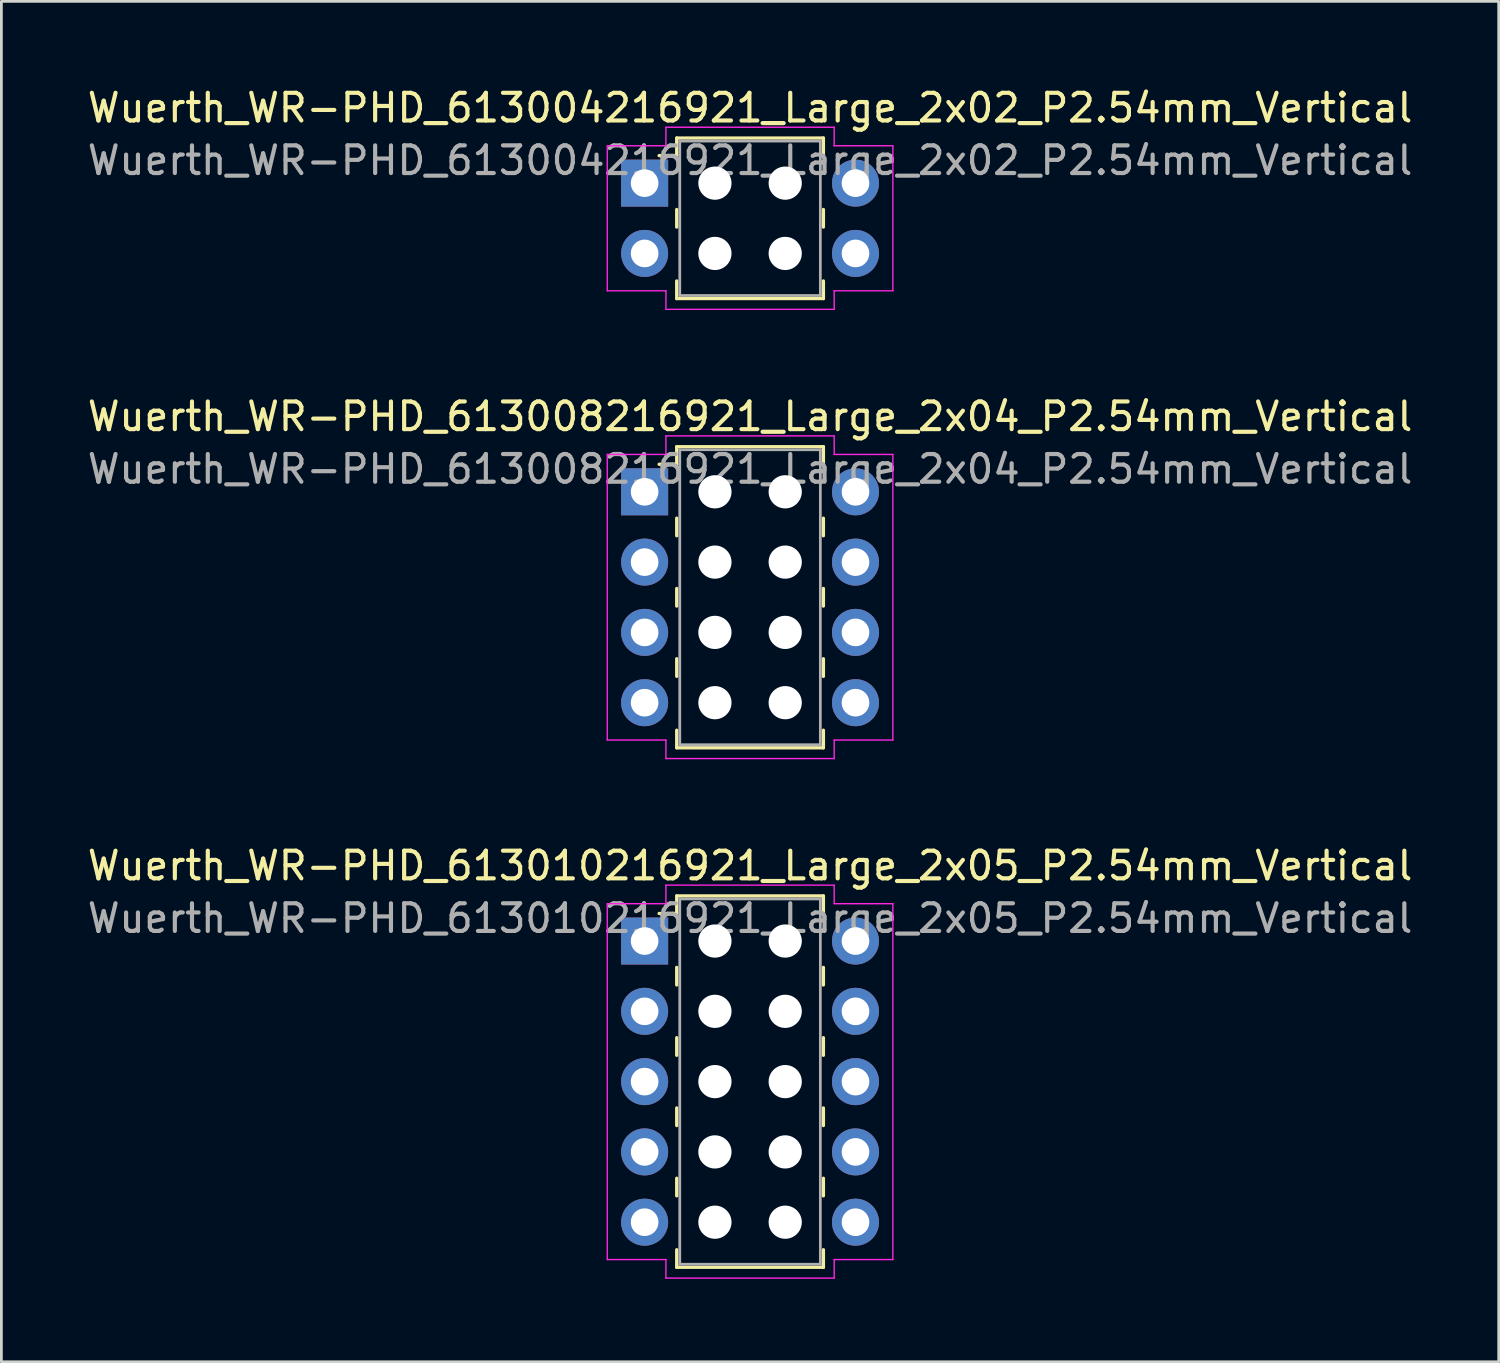
<source format=kicad_pcb>
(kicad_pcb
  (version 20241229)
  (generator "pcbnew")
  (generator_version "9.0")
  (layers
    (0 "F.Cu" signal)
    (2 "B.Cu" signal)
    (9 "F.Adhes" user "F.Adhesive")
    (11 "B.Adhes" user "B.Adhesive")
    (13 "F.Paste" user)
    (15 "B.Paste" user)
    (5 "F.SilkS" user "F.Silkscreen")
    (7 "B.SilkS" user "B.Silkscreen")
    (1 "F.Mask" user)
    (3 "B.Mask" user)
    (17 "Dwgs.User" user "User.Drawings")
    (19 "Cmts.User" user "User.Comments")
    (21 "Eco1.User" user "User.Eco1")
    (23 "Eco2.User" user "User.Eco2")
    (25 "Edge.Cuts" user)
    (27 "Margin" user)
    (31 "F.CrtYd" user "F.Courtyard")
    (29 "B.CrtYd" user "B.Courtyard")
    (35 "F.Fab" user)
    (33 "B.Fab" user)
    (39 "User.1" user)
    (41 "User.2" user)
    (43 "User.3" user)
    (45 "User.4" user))
  (footprint "Wuerth_WR-PHD_613010216921_Large_2x05_P2.54mm_Vertical"
    (layer "F.Cu")
    (at 20.244 30.955)
    (property "Reference" "Wuerth_WR-PHD_613010216921_Large_2x05_P2.54mm_Vertical" (at 3.81 -2.72 0) (layer "F.SilkS") (effects (font (size 1 1) (thickness 0.15))))
    (attr through_hole)
    (fp_line (start 1.16 -1.63) (end 1.16 -0.995) (stroke (width 0.12) (type solid)) (layer "F.SilkS"))
    (fp_line (start 1.16 -1.63) (end 6.46 -1.63) (stroke (width 0.12) (type solid)) (layer "F.SilkS"))
    (fp_line (start 1.16 -0.995) (end 0.525 -0.995) (stroke (width 0.12) (type solid)) (layer "F.SilkS"))
    (fp_line (start 1.16 0.953) (end 1.16 1.587) (stroke (width 0.12) (type solid)) (layer "F.SilkS"))
    (fp_line (start 1.16 3.493) (end 1.16 4.128) (stroke (width 0.12) (type solid)) (layer "F.SilkS"))
    (fp_line (start 1.16 6.032) (end 1.16 6.668) (stroke (width 0.12) (type solid)) (layer "F.SilkS"))
    (fp_line (start 1.16 8.572) (end 1.16 9.207) (stroke (width 0.12) (type solid)) (layer "F.SilkS"))
    (fp_line (start 1.16 11.79) (end 1.16 11.155) (stroke (width 0.12) (type solid)) (layer "F.SilkS"))
    (fp_line (start 1.16 11.79) (end 6.46 11.79) (stroke (width 0.12) (type solid)) (layer "F.SilkS"))
    (fp_line (start 6.46 -1.63) (end 6.46 -0.995) (stroke (width 0.12) (type solid)) (layer "F.SilkS"))
    (fp_line (start 6.46 0.953) (end 6.46 1.587) (stroke (width 0.12) (type solid)) (layer "F.SilkS"))
    (fp_line (start 6.46 3.493) (end 6.46 4.128) (stroke (width 0.12) (type solid)) (layer "F.SilkS"))
    (fp_line (start 6.46 6.032) (end 6.46 6.668) (stroke (width 0.12) (type solid)) (layer "F.SilkS"))
    (fp_line (start 6.46 8.572) (end 6.46 9.207) (stroke (width 0.12) (type solid)) (layer "F.SilkS"))
    (fp_line (start 6.46 11.79) (end 6.46 11.155) (stroke (width 0.12) (type solid)) (layer "F.SilkS"))
    (fp_line (start -1.35 -1.35) (end 0.77 -1.35) (stroke (width 0.05) (type solid)) (layer "F.CrtYd"))
    (fp_line (start -1.35 11.51) (end -1.35 -1.35) (stroke (width 0.05) (type solid)) (layer "F.CrtYd"))
    (fp_line (start 0.77 -2.02) (end 6.85 -2.02) (stroke (width 0.05) (type solid)) (layer "F.CrtYd"))
    (fp_line (start 0.77 -1.35) (end 0.77 -2.02) (stroke (width 0.05) (type solid)) (layer "F.CrtYd"))
    (fp_line (start 0.77 11.51) (end -1.35 11.51) (stroke (width 0.05) (type solid)) (layer "F.CrtYd"))
    (fp_line (start 0.77 12.18) (end 0.77 11.51) (stroke (width 0.05) (type solid)) (layer "F.CrtYd"))
    (fp_line (start 6.85 -2.02) (end 6.85 -1.35) (stroke (width 0.05) (type solid)) (layer "F.CrtYd"))
    (fp_line (start 6.85 -1.35) (end 8.97 -1.35) (stroke (width 0.05) (type solid)) (layer "F.CrtYd"))
    (fp_line (start 6.85 11.51) (end 6.85 12.18) (stroke (width 0.05) (type solid)) (layer "F.CrtYd"))
    (fp_line (start 6.85 12.18) (end 0.77 12.18) (stroke (width 0.05) (type solid)) (layer "F.CrtYd"))
    (fp_line (start 8.97 -1.35) (end 8.97 11.51) (stroke (width 0.05) (type solid)) (layer "F.CrtYd"))
    (fp_line (start 8.97 11.51) (end 6.85 11.51) (stroke (width 0.05) (type solid)) (layer "F.CrtYd"))
    (fp_line (start 1.27 -1.52) (end 1.27 11.68) (stroke (width 0.1) (type solid)) (layer "F.Fab"))
    (fp_line (start 1.27 11.68) (end 6.35 11.68) (stroke (width 0.1) (type solid)) (layer "F.Fab"))
    (fp_line (start 6.35 -1.52) (end 1.27 -1.52) (stroke (width 0.1) (type solid)) (layer "F.Fab"))
    (fp_line (start 6.35 11.68) (end 6.35 -1.52) (stroke (width 0.1) (type solid)) (layer "F.Fab"))
    (fp_text user "${REFERENCE}" (at 3.81 -0.82 0) (layer "F.Fab") (effects (font (size 1 1) (thickness 0.15))))
    (pad "" np_thru_hole circle (at 2.54 0) (size 1.2 1.2) (drill 1.2) (layers "*.Cu" "*.Mask"))
    (pad "" np_thru_hole circle (at 2.54 2.54) (size 1.2 1.2) (drill 1.2) (layers "*.Cu" "*.Mask"))
    (pad "" np_thru_hole circle (at 2.54 5.08) (size 1.2 1.2) (drill 1.2) (layers "*.Cu" "*.Mask"))
    (pad "" np_thru_hole circle (at 2.54 7.62) (size 1.2 1.2) (drill 1.2) (layers "*.Cu" "*.Mask"))
    (pad "" np_thru_hole circle (at 2.54 10.16) (size 1.2 1.2) (drill 1.2) (layers "*.Cu" "*.Mask"))
    (pad "" np_thru_hole circle (at 5.08 0) (size 1.2 1.2) (drill 1.2) (layers "*.Cu" "*.Mask"))
    (pad "" np_thru_hole circle (at 5.08 2.54) (size 1.2 1.2) (drill 1.2) (layers "*.Cu" "*.Mask"))
    (pad "" np_thru_hole circle (at 5.08 5.08) (size 1.2 1.2) (drill 1.2) (layers "*.Cu" "*.Mask"))
    (pad "" np_thru_hole circle (at 5.08 7.62) (size 1.2 1.2) (drill 1.2) (layers "*.Cu" "*.Mask"))
    (pad "" np_thru_hole circle (at 5.08 10.16) (size 1.2 1.2) (drill 1.2) (layers "*.Cu" "*.Mask"))
    (pad "1" thru_hole rect (at 0 0) (size 1.7 1.7) (drill 1) (layers "*.Cu" "*.Mask"))
    (pad "2" thru_hole circle (at 7.62 0) (size 1.7 1.7) (drill 1) (layers "*.Cu" "*.Mask"))
    (pad "3" thru_hole circle (at 0 2.54) (size 1.7 1.7) (drill 1) (layers "*.Cu" "*.Mask"))
    (pad "4" thru_hole circle (at 7.62 2.54) (size 1.7 1.7) (drill 1) (layers "*.Cu" "*.Mask"))
    (pad "5" thru_hole circle (at 0 5.08) (size 1.7 1.7) (drill 1) (layers "*.Cu" "*.Mask"))
    (pad "6" thru_hole circle (at 7.62 5.08) (size 1.7 1.7) (drill 1) (layers "*.Cu" "*.Mask"))
    (pad "7" thru_hole circle (at 0 7.62) (size 1.7 1.7) (drill 1) (layers "*.Cu" "*.Mask"))
    (pad "8" thru_hole circle (at 7.62 7.62) (size 1.7 1.7) (drill 1) (layers "*.Cu" "*.Mask"))
    (pad "9" thru_hole circle (at 0 10.16) (size 1.7 1.7) (drill 1) (layers "*.Cu" "*.Mask"))
    (pad "10" thru_hole circle (at 7.62 10.16) (size 1.7 1.7) (drill 1) (layers "*.Cu" "*.Mask")))
  (footprint "Wuerth_WR-PHD_613004216921_Large_2x02_P2.54mm_Vertical"
    (layer "F.Cu")
    (at 20.244 3.568)
    (property "Reference" "Wuerth_WR-PHD_613004216921_Large_2x02_P2.54mm_Vertical" (at 3.81 -2.72 0) (layer "F.SilkS") (effects (font (size 1 1) (thickness 0.15))))
    (attr through_hole)
    (fp_line (start 1.16 -1.63) (end 1.16 -0.995) (stroke (width 0.12) (type solid)) (layer "F.SilkS"))
    (fp_line (start 1.16 -1.63) (end 6.46 -1.63) (stroke (width 0.12) (type solid)) (layer "F.SilkS"))
    (fp_line (start 1.16 -0.995) (end 0.525 -0.995) (stroke (width 0.12) (type solid)) (layer "F.SilkS"))
    (fp_line (start 1.16 0.953) (end 1.16 1.587) (stroke (width 0.12) (type solid)) (layer "F.SilkS"))
    (fp_line (start 1.16 4.17) (end 1.16 3.535) (stroke (width 0.12) (type solid)) (layer "F.SilkS"))
    (fp_line (start 1.16 4.17) (end 6.46 4.17) (stroke (width 0.12) (type solid)) (layer "F.SilkS"))
    (fp_line (start 6.46 -1.63) (end 6.46 -0.995) (stroke (width 0.12) (type solid)) (layer "F.SilkS"))
    (fp_line (start 6.46 0.953) (end 6.46 1.587) (stroke (width 0.12) (type solid)) (layer "F.SilkS"))
    (fp_line (start 6.46 4.17) (end 6.46 3.535) (stroke (width 0.12) (type solid)) (layer "F.SilkS"))
    (fp_line (start -1.35 -1.35) (end 0.77 -1.35) (stroke (width 0.05) (type solid)) (layer "F.CrtYd"))
    (fp_line (start -1.35 3.89) (end -1.35 -1.35) (stroke (width 0.05) (type solid)) (layer "F.CrtYd"))
    (fp_line (start 0.77 -2.02) (end 6.85 -2.02) (stroke (width 0.05) (type solid)) (layer "F.CrtYd"))
    (fp_line (start 0.77 -1.35) (end 0.77 -2.02) (stroke (width 0.05) (type solid)) (layer "F.CrtYd"))
    (fp_line (start 0.77 3.89) (end -1.35 3.89) (stroke (width 0.05) (type solid)) (layer "F.CrtYd"))
    (fp_line (start 0.77 4.56) (end 0.77 3.89) (stroke (width 0.05) (type solid)) (layer "F.CrtYd"))
    (fp_line (start 6.85 -2.02) (end 6.85 -1.35) (stroke (width 0.05) (type solid)) (layer "F.CrtYd"))
    (fp_line (start 6.85 -1.35) (end 8.97 -1.35) (stroke (width 0.05) (type solid)) (layer "F.CrtYd"))
    (fp_line (start 6.85 3.89) (end 6.85 4.56) (stroke (width 0.05) (type solid)) (layer "F.CrtYd"))
    (fp_line (start 6.85 4.56) (end 0.77 4.56) (stroke (width 0.05) (type solid)) (layer "F.CrtYd"))
    (fp_line (start 8.97 -1.35) (end 8.97 3.89) (stroke (width 0.05) (type solid)) (layer "F.CrtYd"))
    (fp_line (start 8.97 3.89) (end 6.85 3.89) (stroke (width 0.05) (type solid)) (layer "F.CrtYd"))
    (fp_line (start 1.27 -1.52) (end 1.27 4.06) (stroke (width 0.1) (type solid)) (layer "F.Fab"))
    (fp_line (start 1.27 4.06) (end 6.35 4.06) (stroke (width 0.1) (type solid)) (layer "F.Fab"))
    (fp_line (start 6.35 -1.52) (end 1.27 -1.52) (stroke (width 0.1) (type solid)) (layer "F.Fab"))
    (fp_line (start 6.35 4.06) (end 6.35 -1.52) (stroke (width 0.1) (type solid)) (layer "F.Fab"))
    (fp_text user "${REFERENCE}" (at 3.81 -0.82 0) (layer "F.Fab") (effects (font (size 1 1) (thickness 0.15))))
    (pad "" np_thru_hole circle (at 2.54 0) (size 1.2 1.2) (drill 1.2) (layers "*.Cu" "*.Mask"))
    (pad "" np_thru_hole circle (at 2.54 2.54) (size 1.2 1.2) (drill 1.2) (layers "*.Cu" "*.Mask"))
    (pad "" np_thru_hole circle (at 5.08 0) (size 1.2 1.2) (drill 1.2) (layers "*.Cu" "*.Mask"))
    (pad "" np_thru_hole circle (at 5.08 2.54) (size 1.2 1.2) (drill 1.2) (layers "*.Cu" "*.Mask"))
    (pad "1" thru_hole rect (at 0 0) (size 1.7 1.7) (drill 1) (layers "*.Cu" "*.Mask"))
    (pad "2" thru_hole circle (at 7.62 0) (size 1.7 1.7) (drill 1) (layers "*.Cu" "*.Mask"))
    (pad "3" thru_hole circle (at 0 2.54) (size 1.7 1.7) (drill 1) (layers "*.Cu" "*.Mask"))
    (pad "4" thru_hole circle (at 7.62 2.54) (size 1.7 1.7) (drill 1) (layers "*.Cu" "*.Mask")))
  (footprint "Wuerth_WR-PHD_613008216921_Large_2x04_P2.54mm_Vertical"
    (layer "F.Cu")
    (at 20.244 14.722)
    (property "Reference" "Wuerth_WR-PHD_613008216921_Large_2x04_P2.54mm_Vertical" (at 3.81 -2.72 0) (layer "F.SilkS") (effects (font (size 1 1) (thickness 0.15))))
    (attr through_hole)
    (fp_line (start 1.16 -1.63) (end 1.16 -0.995) (stroke (width 0.12) (type solid)) (layer "F.SilkS"))
    (fp_line (start 1.16 -1.63) (end 6.46 -1.63) (stroke (width 0.12) (type solid)) (layer "F.SilkS"))
    (fp_line (start 1.16 -0.995) (end 0.525 -0.995) (stroke (width 0.12) (type solid)) (layer "F.SilkS"))
    (fp_line (start 1.16 0.953) (end 1.16 1.587) (stroke (width 0.12) (type solid)) (layer "F.SilkS"))
    (fp_line (start 1.16 3.493) (end 1.16 4.128) (stroke (width 0.12) (type solid)) (layer "F.SilkS"))
    (fp_line (start 1.16 6.032) (end 1.16 6.668) (stroke (width 0.12) (type solid)) (layer "F.SilkS"))
    (fp_line (start 1.16 9.25) (end 1.16 8.615) (stroke (width 0.12) (type solid)) (layer "F.SilkS"))
    (fp_line (start 1.16 9.25) (end 6.46 9.25) (stroke (width 0.12) (type solid)) (layer "F.SilkS"))
    (fp_line (start 6.46 -1.63) (end 6.46 -0.995) (stroke (width 0.12) (type solid)) (layer "F.SilkS"))
    (fp_line (start 6.46 0.953) (end 6.46 1.587) (stroke (width 0.12) (type solid)) (layer "F.SilkS"))
    (fp_line (start 6.46 3.493) (end 6.46 4.128) (stroke (width 0.12) (type solid)) (layer "F.SilkS"))
    (fp_line (start 6.46 6.032) (end 6.46 6.668) (stroke (width 0.12) (type solid)) (layer "F.SilkS"))
    (fp_line (start 6.46 9.25) (end 6.46 8.615) (stroke (width 0.12) (type solid)) (layer "F.SilkS"))
    (fp_line (start -1.35 -1.35) (end 0.77 -1.35) (stroke (width 0.05) (type solid)) (layer "F.CrtYd"))
    (fp_line (start -1.35 8.97) (end -1.35 -1.35) (stroke (width 0.05) (type solid)) (layer "F.CrtYd"))
    (fp_line (start 0.77 -2.02) (end 6.85 -2.02) (stroke (width 0.05) (type solid)) (layer "F.CrtYd"))
    (fp_line (start 0.77 -1.35) (end 0.77 -2.02) (stroke (width 0.05) (type solid)) (layer "F.CrtYd"))
    (fp_line (start 0.77 8.97) (end -1.35 8.97) (stroke (width 0.05) (type solid)) (layer "F.CrtYd"))
    (fp_line (start 0.77 9.64) (end 0.77 8.97) (stroke (width 0.05) (type solid)) (layer "F.CrtYd"))
    (fp_line (start 6.85 -2.02) (end 6.85 -1.35) (stroke (width 0.05) (type solid)) (layer "F.CrtYd"))
    (fp_line (start 6.85 -1.35) (end 8.97 -1.35) (stroke (width 0.05) (type solid)) (layer "F.CrtYd"))
    (fp_line (start 6.85 8.97) (end 6.85 9.64) (stroke (width 0.05) (type solid)) (layer "F.CrtYd"))
    (fp_line (start 6.85 9.64) (end 0.77 9.64) (stroke (width 0.05) (type solid)) (layer "F.CrtYd"))
    (fp_line (start 8.97 -1.35) (end 8.97 8.97) (stroke (width 0.05) (type solid)) (layer "F.CrtYd"))
    (fp_line (start 8.97 8.97) (end 6.85 8.97) (stroke (width 0.05) (type solid)) (layer "F.CrtYd"))
    (fp_line (start 1.27 -1.52) (end 1.27 9.14) (stroke (width 0.1) (type solid)) (layer "F.Fab"))
    (fp_line (start 1.27 9.14) (end 6.35 9.14) (stroke (width 0.1) (type solid)) (layer "F.Fab"))
    (fp_line (start 6.35 -1.52) (end 1.27 -1.52) (stroke (width 0.1) (type solid)) (layer "F.Fab"))
    (fp_line (start 6.35 9.14) (end 6.35 -1.52) (stroke (width 0.1) (type solid)) (layer "F.Fab"))
    (fp_text user "${REFERENCE}" (at 3.81 -0.82 0) (layer "F.Fab") (effects (font (size 1 1) (thickness 0.15))))
    (pad "" np_thru_hole circle (at 2.54 0) (size 1.2 1.2) (drill 1.2) (layers "*.Cu" "*.Mask"))
    (pad "" np_thru_hole circle (at 2.54 2.54) (size 1.2 1.2) (drill 1.2) (layers "*.Cu" "*.Mask"))
    (pad "" np_thru_hole circle (at 2.54 5.08) (size 1.2 1.2) (drill 1.2) (layers "*.Cu" "*.Mask"))
    (pad "" np_thru_hole circle (at 2.54 7.62) (size 1.2 1.2) (drill 1.2) (layers "*.Cu" "*.Mask"))
    (pad "" np_thru_hole circle (at 5.08 0) (size 1.2 1.2) (drill 1.2) (layers "*.Cu" "*.Mask"))
    (pad "" np_thru_hole circle (at 5.08 2.54) (size 1.2 1.2) (drill 1.2) (layers "*.Cu" "*.Mask"))
    (pad "" np_thru_hole circle (at 5.08 5.08) (size 1.2 1.2) (drill 1.2) (layers "*.Cu" "*.Mask"))
    (pad "" np_thru_hole circle (at 5.08 7.62) (size 1.2 1.2) (drill 1.2) (layers "*.Cu" "*.Mask"))
    (pad "1" thru_hole rect (at 0 0) (size 1.7 1.7) (drill 1) (layers "*.Cu" "*.Mask"))
    (pad "2" thru_hole circle (at 7.62 0) (size 1.7 1.7) (drill 1) (layers "*.Cu" "*.Mask"))
    (pad "3" thru_hole circle (at 0 2.54) (size 1.7 1.7) (drill 1) (layers "*.Cu" "*.Mask"))
    (pad "4" thru_hole circle (at 7.62 2.54) (size 1.7 1.7) (drill 1) (layers "*.Cu" "*.Mask"))
    (pad "5" thru_hole circle (at 0 5.08) (size 1.7 1.7) (drill 1) (layers "*.Cu" "*.Mask"))
    (pad "6" thru_hole circle (at 7.62 5.08) (size 1.7 1.7) (drill 1) (layers "*.Cu" "*.Mask"))
    (pad "7" thru_hole circle (at 0 7.62) (size 1.7 1.7) (drill 1) (layers "*.Cu" "*.Mask"))
    (pad "8" thru_hole circle (at 7.62 7.62) (size 1.7 1.7) (drill 1) (layers "*.Cu" "*.Mask")))
  (gr_rect
    (start -3 -3)
    (end 51.107 46.16)
    (stroke (width 0.1) (type default))
    (fill no)
    (layer "Edge.Cuts")))
</source>
